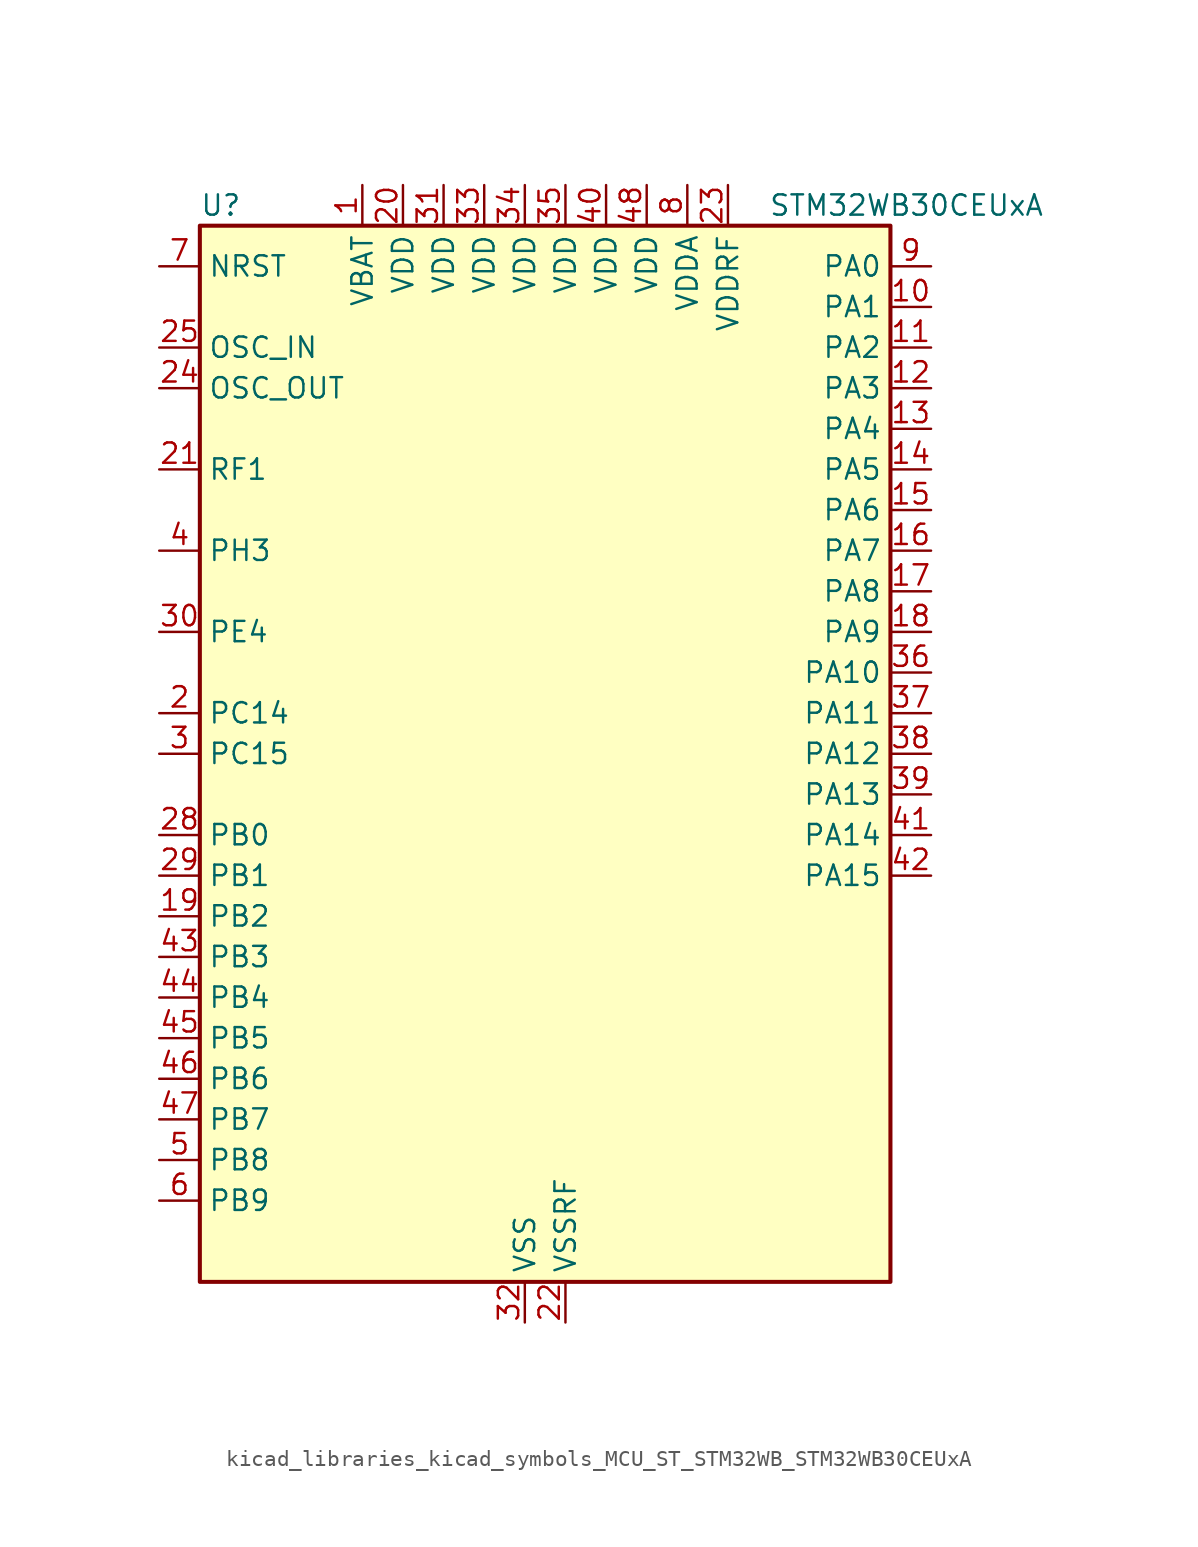
<source format=kicad_sym>
(kicad_symbol_lib
  (version 20220914)
  (generator kicad_symbol_editor)
  (symbol "kicad_libraries_kicad_symbols_MCU_ST_STM32WB_STM32WB30CEUxA"
    (property "Reference" "U"
      (at -20.32 34.29 0)
      (effects (font (size 1.27 1.27)) (justify left)))
    (property "Value" "STM32WB30CEUxA"
      (at 15.24 34.29 0)
      (effects (font (size 1.27 1.27)) (justify left)))
    (property "ki_locked" ""
      (at 0 0 0)
      (effects (font (size 1.27 1.27))))
    (symbol "kicad_libraries_kicad_symbols_MCU_ST_STM32WB_STM32WB30CEUxA_0_1"
      (rectangle (start -20.32 -33.02) (end 22.86 33.02) (stroke (width 0.254) (type default)) (fill (type background))))
    (symbol "kicad_libraries_kicad_symbols_MCU_ST_STM32WB_STM32WB30CEUxA_1_1"
      (pin power_in line (at -10.16 35.56 270) (length 2.54) (name "VBAT" (effects (font (size 1.27 1.27)))) (number "1" (effects (font (size 1.27 1.27)))))
      (pin bidirectional line (at 25.4 27.94 180) (length 2.54) (name "PA1" (effects (font (size 1.27 1.27)))) (number "10" (effects (font (size 1.27 1.27)))) (alternate "ADC1_IN6" bidirectional line) (alternate "I2C1_SMBA" bidirectional line) (alternate "SPI1_SCK" bidirectional line) (alternate "TIM2_CH2" bidirectional line))
      (pin bidirectional line (at 25.4 25.4 180) (length 2.54) (name "PA2" (effects (font (size 1.27 1.27)))) (number "11" (effects (font (size 1.27 1.27)))) (alternate "ADC1_IN7" bidirectional line) (alternate "RCC_LSCO" bidirectional line) (alternate "SYS_WKUP4" bidirectional line) (alternate "TIM2_CH3" bidirectional line))
      (pin bidirectional line (at 25.4 22.86 180) (length 2.54) (name "PA3" (effects (font (size 1.27 1.27)))) (number "12" (effects (font (size 1.27 1.27)))) (alternate "ADC1_IN8" bidirectional line) (alternate "TIM2_CH4" bidirectional line))
      (pin bidirectional line (at 25.4 20.32 180) (length 2.54) (name "PA4" (effects (font (size 1.27 1.27)))) (number "13" (effects (font (size 1.27 1.27)))) (alternate "ADC1_IN9" bidirectional line) (alternate "LPTIM2_OUT" bidirectional line) (alternate "SPI1_NSS" bidirectional line))
      (pin bidirectional line (at 25.4 17.78 180) (length 2.54) (name "PA5" (effects (font (size 1.27 1.27)))) (number "14" (effects (font (size 1.27 1.27)))) (alternate "ADC1_IN10" bidirectional line) (alternate "LPTIM2_ETR" bidirectional line) (alternate "SPI1_SCK" bidirectional line) (alternate "TIM2_CH1" bidirectional line) (alternate "TIM2_ETR" bidirectional line))
      (pin bidirectional line (at 25.4 15.24 180) (length 2.54) (name "PA6" (effects (font (size 1.27 1.27)))) (number "15" (effects (font (size 1.27 1.27)))) (alternate "ADC1_IN11" bidirectional line) (alternate "SPI1_MISO" bidirectional line) (alternate "TIM16_CH1" bidirectional line) (alternate "TIM1_BKIN" bidirectional line))
      (pin bidirectional line (at 25.4 12.7 180) (length 2.54) (name "PA7" (effects (font (size 1.27 1.27)))) (number "16" (effects (font (size 1.27 1.27)))) (alternate "ADC1_IN12" bidirectional line) (alternate "SPI1_MOSI" bidirectional line) (alternate "TIM17_CH1" bidirectional line) (alternate "TIM1_CH1N" bidirectional line))
      (pin bidirectional line (at 25.4 10.16 180) (length 2.54) (name "PA8" (effects (font (size 1.27 1.27)))) (number "17" (effects (font (size 1.27 1.27)))) (alternate "ADC1_IN15" bidirectional line) (alternate "LPTIM2_OUT" bidirectional line) (alternate "RCC_MCO" bidirectional line) (alternate "TIM1_CH1" bidirectional line) (alternate "USART1_CK" bidirectional line))
      (pin bidirectional line (at 25.4 7.62 180) (length 2.54) (name "PA9" (effects (font (size 1.27 1.27)))) (number "18" (effects (font (size 1.27 1.27)))) (alternate "ADC1_IN16" bidirectional line) (alternate "I2C1_SCL" bidirectional line) (alternate "TIM1_CH2" bidirectional line) (alternate "USART1_TX" bidirectional line))
      (pin bidirectional line (at -22.86 -10.16 0) (length 2.54) (name "PB2" (effects (font (size 1.27 1.27)))) (number "19" (effects (font (size 1.27 1.27)))) (alternate "LPTIM1_OUT" bidirectional line) (alternate "RTC_OUT2" bidirectional line) (alternate "SPI1_NSS" bidirectional line))
      (pin bidirectional line (at -22.86 2.54 0) (length 2.54) (name "PC14" (effects (font (size 1.27 1.27)))) (number "2" (effects (font (size 1.27 1.27)))) (alternate "RCC_OSC32_IN" bidirectional line))
      (pin power_in line (at -7.62 35.56 270) (length 2.54) (name "VDD" (effects (font (size 1.27 1.27)))) (number "20" (effects (font (size 1.27 1.27)))))
      (pin bidirectional line (at -22.86 17.78 0) (length 2.54) (name "RF1" (effects (font (size 1.27 1.27)))) (number "21" (effects (font (size 1.27 1.27)))) (alternate "RF_RF1" bidirectional line))
      (pin power_in line (at 2.54 -35.56 90) (length 2.54) (name "VSSRF" (effects (font (size 1.27 1.27)))) (number "22" (effects (font (size 1.27 1.27)))))
      (pin power_in line (at 12.7 35.56 270) (length 2.54) (name "VDDRF" (effects (font (size 1.27 1.27)))) (number "23" (effects (font (size 1.27 1.27)))))
      (pin input line (at -22.86 22.86 0) (length 2.54) (name "OSC_OUT" (effects (font (size 1.27 1.27)))) (number "24" (effects (font (size 1.27 1.27)))) (alternate "RCC_OSC_OUT" bidirectional line))
      (pin input line (at -22.86 25.4 0) (length 2.54) (name "OSC_IN" (effects (font (size 1.27 1.27)))) (number "25" (effects (font (size 1.27 1.27)))) (alternate "RCC_OSC_IN" bidirectional line))
      (pin no_connect line (at -20.32 -33.02 0) (length 2.54) hide (name "AT0" (effects (font (size 1.27 1.27)))) (number "26" (effects (font (size 1.27 1.27)))))
      (pin no_connect line (at -20.32 -30.48 0) (length 2.54) hide (name "AT1" (effects (font (size 1.27 1.27)))) (number "27" (effects (font (size 1.27 1.27)))))
      (pin bidirectional line (at -22.86 -5.08 0) (length 2.54) (name "PB0" (effects (font (size 1.27 1.27)))) (number "28" (effects (font (size 1.27 1.27)))) (alternate "RF_TX_MOD_EXT_PA" bidirectional line))
      (pin bidirectional line (at -22.86 -7.62 0) (length 2.54) (name "PB1" (effects (font (size 1.27 1.27)))) (number "29" (effects (font (size 1.27 1.27)))) (alternate "LPTIM2_IN1" bidirectional line))
      (pin bidirectional line (at -22.86 0 0) (length 2.54) (name "PC15" (effects (font (size 1.27 1.27)))) (number "3" (effects (font (size 1.27 1.27)))) (alternate "ADC1_EXTI15" bidirectional line) (alternate "RCC_OSC32_OUT" bidirectional line))
      (pin bidirectional line (at -22.86 7.62 0) (length 2.54) (name "PE4" (effects (font (size 1.27 1.27)))) (number "30" (effects (font (size 1.27 1.27)))))
      (pin power_in line (at -5.08 35.56 270) (length 2.54) (name "VDD" (effects (font (size 1.27 1.27)))) (number "31" (effects (font (size 1.27 1.27)))))
      (pin power_in line (at 0 -35.56 90) (length 2.54) (name "VSS" (effects (font (size 1.27 1.27)))) (number "32" (effects (font (size 1.27 1.27)))))
      (pin power_in line (at -2.54 35.56 270) (length 2.54) (name "VDD" (effects (font (size 1.27 1.27)))) (number "33" (effects (font (size 1.27 1.27)))))
      (pin power_in line (at 0 35.56 270) (length 2.54) (name "VDD" (effects (font (size 1.27 1.27)))) (number "34" (effects (font (size 1.27 1.27)))))
      (pin power_in line (at 2.54 35.56 270) (length 2.54) (name "VDD" (effects (font (size 1.27 1.27)))) (number "35" (effects (font (size 1.27 1.27)))))
      (pin bidirectional line (at 25.4 5.08 180) (length 2.54) (name "PA10" (effects (font (size 1.27 1.27)))) (number "36" (effects (font (size 1.27 1.27)))) (alternate "I2C1_SDA" bidirectional line) (alternate "TIM17_BKIN" bidirectional line) (alternate "TIM1_CH3" bidirectional line) (alternate "USART1_RX" bidirectional line))
      (pin bidirectional line (at 25.4 2.54 180) (length 2.54) (name "PA11" (effects (font (size 1.27 1.27)))) (number "37" (effects (font (size 1.27 1.27)))) (alternate "ADC1_EXTI11" bidirectional line) (alternate "SPI1_MISO" bidirectional line) (alternate "TIM1_BKIN2" bidirectional line) (alternate "TIM1_CH4" bidirectional line) (alternate "USART1_CTS" bidirectional line) (alternate "USART1_NSS" bidirectional line))
      (pin bidirectional line (at 25.4 0 180) (length 2.54) (name "PA12" (effects (font (size 1.27 1.27)))) (number "38" (effects (font (size 1.27 1.27)))) (alternate "SPI1_MOSI" bidirectional line) (alternate "TIM1_ETR" bidirectional line) (alternate "USART1_DE" bidirectional line) (alternate "USART1_RTS" bidirectional line))
      (pin bidirectional line (at 25.4 -2.54 180) (length 2.54) (name "PA13" (effects (font (size 1.27 1.27)))) (number "39" (effects (font (size 1.27 1.27)))) (alternate "IR_OUT" bidirectional line) (alternate "SYS_JTMS-SWDIO" bidirectional line))
      (pin bidirectional line (at -22.86 12.7 0) (length 2.54) (name "PH3" (effects (font (size 1.27 1.27)))) (number "4" (effects (font (size 1.27 1.27)))) (alternate "RCC_LSCO" bidirectional line))
      (pin power_in line (at 5.08 35.56 270) (length 2.54) (name "VDD" (effects (font (size 1.27 1.27)))) (number "40" (effects (font (size 1.27 1.27)))))
      (pin bidirectional line (at 25.4 -5.08 180) (length 2.54) (name "PA14" (effects (font (size 1.27 1.27)))) (number "41" (effects (font (size 1.27 1.27)))) (alternate "I2C1_SMBA" bidirectional line) (alternate "LPTIM1_OUT" bidirectional line) (alternate "SYS_JTCK-SWCLK" bidirectional line))
      (pin bidirectional line (at 25.4 -7.62 180) (length 2.54) (name "PA15" (effects (font (size 1.27 1.27)))) (number "42" (effects (font (size 1.27 1.27)))) (alternate "ADC1_EXTI15" bidirectional line) (alternate "RCC_MCO" bidirectional line) (alternate "SPI1_NSS" bidirectional line) (alternate "SYS_JTDI" bidirectional line) (alternate "TIM2_CH1" bidirectional line) (alternate "TIM2_ETR" bidirectional line))
      (pin bidirectional line (at -22.86 -12.7 0) (length 2.54) (name "PB3" (effects (font (size 1.27 1.27)))) (number "43" (effects (font (size 1.27 1.27)))) (alternate "SPI1_SCK" bidirectional line) (alternate "SYS_JTDO-SWO" bidirectional line) (alternate "TIM2_CH2" bidirectional line) (alternate "USART1_DE" bidirectional line) (alternate "USART1_RTS" bidirectional line))
      (pin bidirectional line (at -22.86 -15.24 0) (length 2.54) (name "PB4" (effects (font (size 1.27 1.27)))) (number "44" (effects (font (size 1.27 1.27)))) (alternate "SPI1_MISO" bidirectional line) (alternate "SYS_JTRST" bidirectional line) (alternate "TIM17_BKIN" bidirectional line) (alternate "USART1_CTS" bidirectional line) (alternate "USART1_NSS" bidirectional line))
      (pin bidirectional line (at -22.86 -17.78 0) (length 2.54) (name "PB5" (effects (font (size 1.27 1.27)))) (number "45" (effects (font (size 1.27 1.27)))) (alternate "I2C1_SMBA" bidirectional line) (alternate "LPTIM1_IN1" bidirectional line) (alternate "SPI1_MOSI" bidirectional line) (alternate "TIM16_BKIN" bidirectional line) (alternate "USART1_CK" bidirectional line))
      (pin bidirectional line (at -22.86 -20.32 0) (length 2.54) (name "PB6" (effects (font (size 1.27 1.27)))) (number "46" (effects (font (size 1.27 1.27)))) (alternate "I2C1_SCL" bidirectional line) (alternate "LPTIM1_ETR" bidirectional line) (alternate "RCC_MCO" bidirectional line) (alternate "TIM16_CH1N" bidirectional line) (alternate "USART1_TX" bidirectional line))
      (pin bidirectional line (at -22.86 -22.86 0) (length 2.54) (name "PB7" (effects (font (size 1.27 1.27)))) (number "47" (effects (font (size 1.27 1.27)))) (alternate "I2C1_SDA" bidirectional line) (alternate "LPTIM1_IN2" bidirectional line) (alternate "SYS_PVD_IN" bidirectional line) (alternate "TIM17_CH1N" bidirectional line) (alternate "TIM1_BKIN" bidirectional line) (alternate "USART1_RX" bidirectional line))
      (pin power_in line (at 7.62 35.56 270) (length 2.54) (name "VDD" (effects (font (size 1.27 1.27)))) (number "48" (effects (font (size 1.27 1.27)))))
      (pin passive line (at 0 -35.56 90) (length 2.54) hide (name "VSS" (effects (font (size 1.27 1.27)))) (number "49" (effects (font (size 1.27 1.27)))))
      (pin bidirectional line (at -22.86 -25.4 0) (length 2.54) (name "PB8" (effects (font (size 1.27 1.27)))) (number "5" (effects (font (size 1.27 1.27)))) (alternate "I2C1_SCL" bidirectional line) (alternate "TIM16_CH1" bidirectional line) (alternate "TIM1_CH2N" bidirectional line))
      (pin bidirectional line (at -22.86 -27.94 0) (length 2.54) (name "PB9" (effects (font (size 1.27 1.27)))) (number "6" (effects (font (size 1.27 1.27)))) (alternate "I2C1_SDA" bidirectional line) (alternate "IR_OUT" bidirectional line) (alternate "TIM17_CH1" bidirectional line) (alternate "TIM1_CH3N" bidirectional line))
      (pin input line (at -22.86 30.48 0) (length 2.54) (name "NRST" (effects (font (size 1.27 1.27)))) (number "7" (effects (font (size 1.27 1.27)))))
      (pin power_in line (at 10.16 35.56 270) (length 2.54) (name "VDDA" (effects (font (size 1.27 1.27)))) (number "8" (effects (font (size 1.27 1.27)))))
      (pin bidirectional line (at 25.4 30.48 180) (length 2.54) (name "PA0" (effects (font (size 1.27 1.27)))) (number "9" (effects (font (size 1.27 1.27)))) (alternate "ADC1_IN5" bidirectional line) (alternate "RTC_TAMP2" bidirectional line) (alternate "SYS_WKUP1" bidirectional line) (alternate "TIM2_CH1" bidirectional line) (alternate "TIM2_ETR" bidirectional line)))))
</source>
